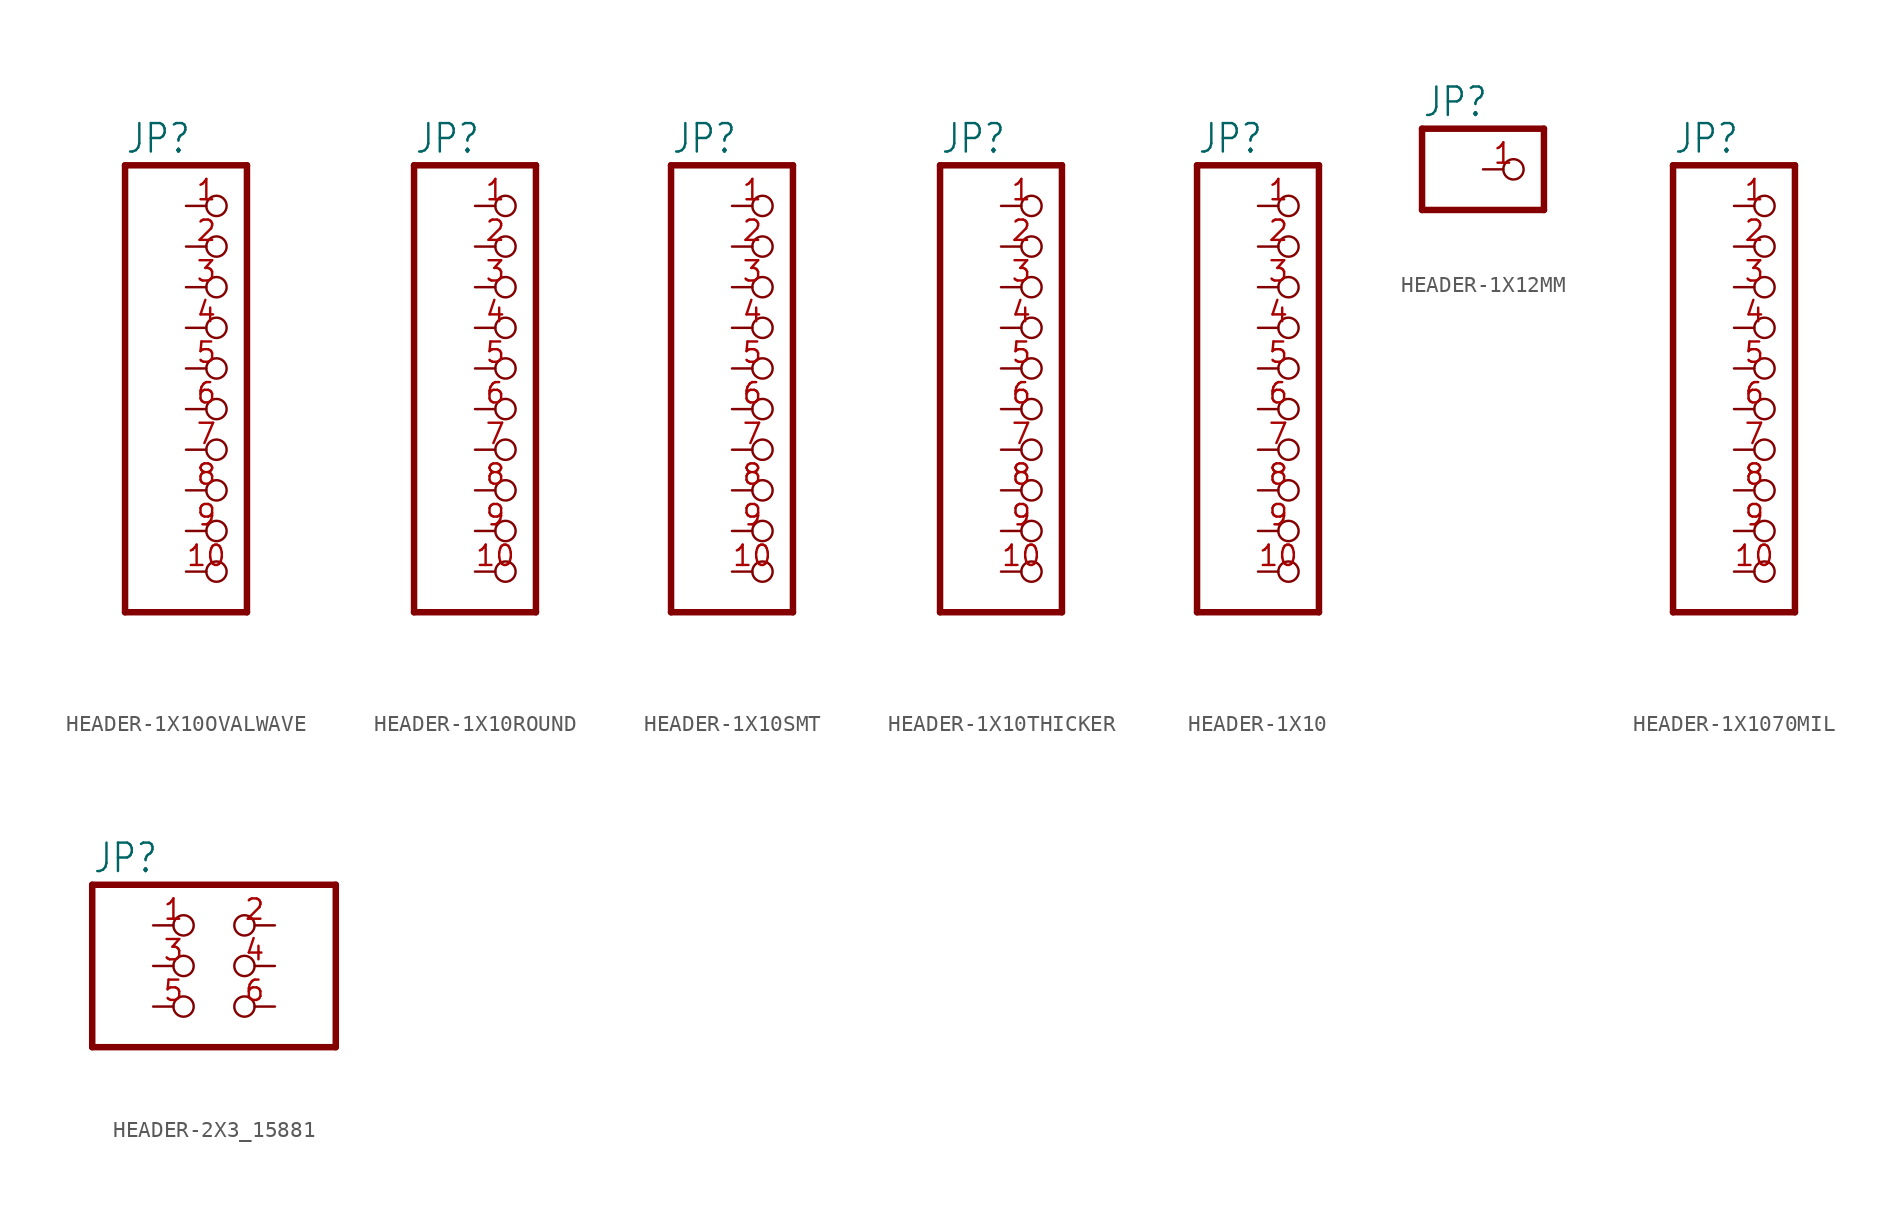
<source format=kicad_sym>
(kicad_symbol_lib
  (version 20220914)
  (generator kicad_symbol_editor)
  (symbol "HEADER-1X10OVALWAVE"
    (property "Reference" "JP"
      (at -6.35 13.335 0)
      (effects (font (size 1.778 1.511)) (justify left bottom)))
    (property "Value" ""
      (at -6.35 -17.78 0)
      (effects (font (size 1.778 1.511)) (justify left bottom)))
    (property "ki_locked" ""
      (at 0 0 0)
      (effects (font (size 1.27 1.27))))
    (symbol "HEADER-1X10OVALWAVE_1_0"
      (polyline (pts (xy -6.35 -15.24) (xy 1.27 -15.24)) (stroke (width 0.406) (type solid)) (fill (type none)))
      (polyline (pts (xy -6.35 12.7) (xy -6.35 -15.24)) (stroke (width 0.406) (type solid)) (fill (type none)))
      (polyline (pts (xy 1.27 -15.24) (xy 1.27 12.7)) (stroke (width 0.406) (type solid)) (fill (type none)))
      (polyline (pts (xy 1.27 12.7) (xy -6.35 12.7)) (stroke (width 0.406) (type solid)) (fill (type none)))
      (pin passive inverted (at -2.54 10.16 0) (length 2.54) (name "1" (effects (font (size 0 0)))) (number "1" (effects (font (size 1.27 1.27)))))
      (pin passive inverted (at -2.54 -12.7 0) (length 2.54) (name "10" (effects (font (size 0 0)))) (number "10" (effects (font (size 1.27 1.27)))))
      (pin passive inverted (at -2.54 7.62 0) (length 2.54) (name "2" (effects (font (size 0 0)))) (number "2" (effects (font (size 1.27 1.27)))))
      (pin passive inverted (at -2.54 5.08 0) (length 2.54) (name "3" (effects (font (size 0 0)))) (number "3" (effects (font (size 1.27 1.27)))))
      (pin passive inverted (at -2.54 2.54 0) (length 2.54) (name "4" (effects (font (size 0 0)))) (number "4" (effects (font (size 1.27 1.27)))))
      (pin passive inverted (at -2.54 0 0) (length 2.54) (name "5" (effects (font (size 0 0)))) (number "5" (effects (font (size 1.27 1.27)))))
      (pin passive inverted (at -2.54 -2.54 0) (length 2.54) (name "6" (effects (font (size 0 0)))) (number "6" (effects (font (size 1.27 1.27)))))
      (pin passive inverted (at -2.54 -5.08 0) (length 2.54) (name "7" (effects (font (size 0 0)))) (number "7" (effects (font (size 1.27 1.27)))))
      (pin passive inverted (at -2.54 -7.62 0) (length 2.54) (name "8" (effects (font (size 0 0)))) (number "8" (effects (font (size 1.27 1.27)))))
      (pin passive inverted (at -2.54 -10.16 0) (length 2.54) (name "9" (effects (font (size 0 0)))) (number "9" (effects (font (size 1.27 1.27)))))))
  (symbol "HEADER-1X10ROUND"
    (property "Reference" "JP"
      (at -6.35 13.335 0)
      (effects (font (size 1.778 1.511)) (justify left bottom)))
    (property "Value" ""
      (at -6.35 -17.78 0)
      (effects (font (size 1.778 1.511)) (justify left bottom)))
    (property "ki_locked" ""
      (at 0 0 0)
      (effects (font (size 1.27 1.27))))
    (symbol "HEADER-1X10ROUND_1_0"
      (polyline (pts (xy -6.35 -15.24) (xy 1.27 -15.24)) (stroke (width 0.406) (type solid)) (fill (type none)))
      (polyline (pts (xy -6.35 12.7) (xy -6.35 -15.24)) (stroke (width 0.406) (type solid)) (fill (type none)))
      (polyline (pts (xy 1.27 -15.24) (xy 1.27 12.7)) (stroke (width 0.406) (type solid)) (fill (type none)))
      (polyline (pts (xy 1.27 12.7) (xy -6.35 12.7)) (stroke (width 0.406) (type solid)) (fill (type none)))
      (pin passive inverted (at -2.54 10.16 0) (length 2.54) (name "1" (effects (font (size 0 0)))) (number "1" (effects (font (size 1.27 1.27)))))
      (pin passive inverted (at -2.54 -12.7 0) (length 2.54) (name "10" (effects (font (size 0 0)))) (number "10" (effects (font (size 1.27 1.27)))))
      (pin passive inverted (at -2.54 7.62 0) (length 2.54) (name "2" (effects (font (size 0 0)))) (number "2" (effects (font (size 1.27 1.27)))))
      (pin passive inverted (at -2.54 5.08 0) (length 2.54) (name "3" (effects (font (size 0 0)))) (number "3" (effects (font (size 1.27 1.27)))))
      (pin passive inverted (at -2.54 2.54 0) (length 2.54) (name "4" (effects (font (size 0 0)))) (number "4" (effects (font (size 1.27 1.27)))))
      (pin passive inverted (at -2.54 0 0) (length 2.54) (name "5" (effects (font (size 0 0)))) (number "5" (effects (font (size 1.27 1.27)))))
      (pin passive inverted (at -2.54 -2.54 0) (length 2.54) (name "6" (effects (font (size 0 0)))) (number "6" (effects (font (size 1.27 1.27)))))
      (pin passive inverted (at -2.54 -5.08 0) (length 2.54) (name "7" (effects (font (size 0 0)))) (number "7" (effects (font (size 1.27 1.27)))))
      (pin passive inverted (at -2.54 -7.62 0) (length 2.54) (name "8" (effects (font (size 0 0)))) (number "8" (effects (font (size 1.27 1.27)))))
      (pin passive inverted (at -2.54 -10.16 0) (length 2.54) (name "9" (effects (font (size 0 0)))) (number "9" (effects (font (size 1.27 1.27)))))))
  (symbol "HEADER-1X10SMT"
    (property "Reference" "JP"
      (at -6.35 13.335 0)
      (effects (font (size 1.778 1.511)) (justify left bottom)))
    (property "Value" ""
      (at -6.35 -17.78 0)
      (effects (font (size 1.778 1.511)) (justify left bottom)))
    (property "ki_locked" ""
      (at 0 0 0)
      (effects (font (size 1.27 1.27))))
    (symbol "HEADER-1X10SMT_1_0"
      (polyline (pts (xy -6.35 -15.24) (xy 1.27 -15.24)) (stroke (width 0.406) (type solid)) (fill (type none)))
      (polyline (pts (xy -6.35 12.7) (xy -6.35 -15.24)) (stroke (width 0.406) (type solid)) (fill (type none)))
      (polyline (pts (xy 1.27 -15.24) (xy 1.27 12.7)) (stroke (width 0.406) (type solid)) (fill (type none)))
      (polyline (pts (xy 1.27 12.7) (xy -6.35 12.7)) (stroke (width 0.406) (type solid)) (fill (type none)))
      (pin passive inverted (at -2.54 10.16 0) (length 2.54) (name "1" (effects (font (size 0 0)))) (number "1" (effects (font (size 1.27 1.27)))))
      (pin passive inverted (at -2.54 -12.7 0) (length 2.54) (name "10" (effects (font (size 0 0)))) (number "10" (effects (font (size 1.27 1.27)))))
      (pin passive inverted (at -2.54 7.62 0) (length 2.54) (name "2" (effects (font (size 0 0)))) (number "2" (effects (font (size 1.27 1.27)))))
      (pin passive inverted (at -2.54 5.08 0) (length 2.54) (name "3" (effects (font (size 0 0)))) (number "3" (effects (font (size 1.27 1.27)))))
      (pin passive inverted (at -2.54 2.54 0) (length 2.54) (name "4" (effects (font (size 0 0)))) (number "4" (effects (font (size 1.27 1.27)))))
      (pin passive inverted (at -2.54 0 0) (length 2.54) (name "5" (effects (font (size 0 0)))) (number "5" (effects (font (size 1.27 1.27)))))
      (pin passive inverted (at -2.54 -2.54 0) (length 2.54) (name "6" (effects (font (size 0 0)))) (number "6" (effects (font (size 1.27 1.27)))))
      (pin passive inverted (at -2.54 -5.08 0) (length 2.54) (name "7" (effects (font (size 0 0)))) (number "7" (effects (font (size 1.27 1.27)))))
      (pin passive inverted (at -2.54 -7.62 0) (length 2.54) (name "8" (effects (font (size 0 0)))) (number "8" (effects (font (size 1.27 1.27)))))
      (pin passive inverted (at -2.54 -10.16 0) (length 2.54) (name "9" (effects (font (size 0 0)))) (number "9" (effects (font (size 1.27 1.27)))))))
  (symbol "HEADER-1X10THICKER"
    (property "Reference" "JP"
      (at -6.35 13.335 0)
      (effects (font (size 1.778 1.511)) (justify left bottom)))
    (property "Value" ""
      (at -6.35 -17.78 0)
      (effects (font (size 1.778 1.511)) (justify left bottom)))
    (property "ki_locked" ""
      (at 0 0 0)
      (effects (font (size 1.27 1.27))))
    (symbol "HEADER-1X10THICKER_1_0"
      (polyline (pts (xy -6.35 -15.24) (xy 1.27 -15.24)) (stroke (width 0.406) (type solid)) (fill (type none)))
      (polyline (pts (xy -6.35 12.7) (xy -6.35 -15.24)) (stroke (width 0.406) (type solid)) (fill (type none)))
      (polyline (pts (xy 1.27 -15.24) (xy 1.27 12.7)) (stroke (width 0.406) (type solid)) (fill (type none)))
      (polyline (pts (xy 1.27 12.7) (xy -6.35 12.7)) (stroke (width 0.406) (type solid)) (fill (type none)))
      (pin passive inverted (at -2.54 10.16 0) (length 2.54) (name "1" (effects (font (size 0 0)))) (number "1" (effects (font (size 1.27 1.27)))))
      (pin passive inverted (at -2.54 -12.7 0) (length 2.54) (name "10" (effects (font (size 0 0)))) (number "10" (effects (font (size 1.27 1.27)))))
      (pin passive inverted (at -2.54 7.62 0) (length 2.54) (name "2" (effects (font (size 0 0)))) (number "2" (effects (font (size 1.27 1.27)))))
      (pin passive inverted (at -2.54 5.08 0) (length 2.54) (name "3" (effects (font (size 0 0)))) (number "3" (effects (font (size 1.27 1.27)))))
      (pin passive inverted (at -2.54 2.54 0) (length 2.54) (name "4" (effects (font (size 0 0)))) (number "4" (effects (font (size 1.27 1.27)))))
      (pin passive inverted (at -2.54 0 0) (length 2.54) (name "5" (effects (font (size 0 0)))) (number "5" (effects (font (size 1.27 1.27)))))
      (pin passive inverted (at -2.54 -2.54 0) (length 2.54) (name "6" (effects (font (size 0 0)))) (number "6" (effects (font (size 1.27 1.27)))))
      (pin passive inverted (at -2.54 -5.08 0) (length 2.54) (name "7" (effects (font (size 0 0)))) (number "7" (effects (font (size 1.27 1.27)))))
      (pin passive inverted (at -2.54 -7.62 0) (length 2.54) (name "8" (effects (font (size 0 0)))) (number "8" (effects (font (size 1.27 1.27)))))
      (pin passive inverted (at -2.54 -10.16 0) (length 2.54) (name "9" (effects (font (size 0 0)))) (number "9" (effects (font (size 1.27 1.27)))))))
  (symbol "HEADER-1X10"
    (property "Reference" "JP"
      (at -6.35 13.335 0)
      (effects (font (size 1.778 1.511)) (justify left bottom)))
    (property "Value" ""
      (at -6.35 -17.78 0)
      (effects (font (size 1.778 1.511)) (justify left bottom)))
    (property "ki_locked" ""
      (at 0 0 0)
      (effects (font (size 1.27 1.27))))
    (symbol "HEADER-1X10_1_0"
      (polyline (pts (xy -6.35 -15.24) (xy 1.27 -15.24)) (stroke (width 0.406) (type solid)) (fill (type none)))
      (polyline (pts (xy -6.35 12.7) (xy -6.35 -15.24)) (stroke (width 0.406) (type solid)) (fill (type none)))
      (polyline (pts (xy 1.27 -15.24) (xy 1.27 12.7)) (stroke (width 0.406) (type solid)) (fill (type none)))
      (polyline (pts (xy 1.27 12.7) (xy -6.35 12.7)) (stroke (width 0.406) (type solid)) (fill (type none)))
      (pin passive inverted (at -2.54 10.16 0) (length 2.54) (name "1" (effects (font (size 0 0)))) (number "1" (effects (font (size 1.27 1.27)))))
      (pin passive inverted (at -2.54 -12.7 0) (length 2.54) (name "10" (effects (font (size 0 0)))) (number "10" (effects (font (size 1.27 1.27)))))
      (pin passive inverted (at -2.54 7.62 0) (length 2.54) (name "2" (effects (font (size 0 0)))) (number "2" (effects (font (size 1.27 1.27)))))
      (pin passive inverted (at -2.54 5.08 0) (length 2.54) (name "3" (effects (font (size 0 0)))) (number "3" (effects (font (size 1.27 1.27)))))
      (pin passive inverted (at -2.54 2.54 0) (length 2.54) (name "4" (effects (font (size 0 0)))) (number "4" (effects (font (size 1.27 1.27)))))
      (pin passive inverted (at -2.54 0 0) (length 2.54) (name "5" (effects (font (size 0 0)))) (number "5" (effects (font (size 1.27 1.27)))))
      (pin passive inverted (at -2.54 -2.54 0) (length 2.54) (name "6" (effects (font (size 0 0)))) (number "6" (effects (font (size 1.27 1.27)))))
      (pin passive inverted (at -2.54 -5.08 0) (length 2.54) (name "7" (effects (font (size 0 0)))) (number "7" (effects (font (size 1.27 1.27)))))
      (pin passive inverted (at -2.54 -7.62 0) (length 2.54) (name "8" (effects (font (size 0 0)))) (number "8" (effects (font (size 1.27 1.27)))))
      (pin passive inverted (at -2.54 -10.16 0) (length 2.54) (name "9" (effects (font (size 0 0)))) (number "9" (effects (font (size 1.27 1.27)))))))
  (symbol "HEADER-1X12MM"
    (property "Reference" "JP"
      (at -6.35 3.175 0)
      (effects (font (size 1.778 1.511)) (justify left bottom)))
    (property "Value" ""
      (at -6.35 -5.08 0)
      (effects (font (size 1.778 1.511)) (justify left bottom)))
    (property "ki_locked" ""
      (at 0 0 0)
      (effects (font (size 1.27 1.27))))
    (symbol "HEADER-1X12MM_1_0"
      (polyline (pts (xy -6.35 -2.54) (xy 1.27 -2.54)) (stroke (width 0.406) (type solid)) (fill (type none)))
      (polyline (pts (xy -6.35 2.54) (xy -6.35 -2.54)) (stroke (width 0.406) (type solid)) (fill (type none)))
      (polyline (pts (xy 1.27 -2.54) (xy 1.27 2.54)) (stroke (width 0.406) (type solid)) (fill (type none)))
      (polyline (pts (xy 1.27 2.54) (xy -6.35 2.54)) (stroke (width 0.406) (type solid)) (fill (type none)))
      (pin passive inverted (at -2.54 0 0) (length 2.54) (name "1" (effects (font (size 0 0)))) (number "1" (effects (font (size 1.27 1.27)))))))
  (symbol "HEADER-1X1070MIL"
    (property "Reference" "JP"
      (at -6.35 13.335 0)
      (effects (font (size 1.778 1.511)) (justify left bottom)))
    (property "Value" ""
      (at -6.35 -17.78 0)
      (effects (font (size 1.778 1.511)) (justify left bottom)))
    (property "ki_locked" ""
      (at 0 0 0)
      (effects (font (size 1.27 1.27))))
    (symbol "HEADER-1X1070MIL_1_0"
      (polyline (pts (xy -6.35 -15.24) (xy 1.27 -15.24)) (stroke (width 0.406) (type solid)) (fill (type none)))
      (polyline (pts (xy -6.35 12.7) (xy -6.35 -15.24)) (stroke (width 0.406) (type solid)) (fill (type none)))
      (polyline (pts (xy 1.27 -15.24) (xy 1.27 12.7)) (stroke (width 0.406) (type solid)) (fill (type none)))
      (polyline (pts (xy 1.27 12.7) (xy -6.35 12.7)) (stroke (width 0.406) (type solid)) (fill (type none)))
      (pin passive inverted (at -2.54 10.16 0) (length 2.54) (name "1" (effects (font (size 0 0)))) (number "1" (effects (font (size 1.27 1.27)))))
      (pin passive inverted (at -2.54 -12.7 0) (length 2.54) (name "10" (effects (font (size 0 0)))) (number "10" (effects (font (size 1.27 1.27)))))
      (pin passive inverted (at -2.54 7.62 0) (length 2.54) (name "2" (effects (font (size 0 0)))) (number "2" (effects (font (size 1.27 1.27)))))
      (pin passive inverted (at -2.54 5.08 0) (length 2.54) (name "3" (effects (font (size 0 0)))) (number "3" (effects (font (size 1.27 1.27)))))
      (pin passive inverted (at -2.54 2.54 0) (length 2.54) (name "4" (effects (font (size 0 0)))) (number "4" (effects (font (size 1.27 1.27)))))
      (pin passive inverted (at -2.54 0 0) (length 2.54) (name "5" (effects (font (size 0 0)))) (number "5" (effects (font (size 1.27 1.27)))))
      (pin passive inverted (at -2.54 -2.54 0) (length 2.54) (name "6" (effects (font (size 0 0)))) (number "6" (effects (font (size 1.27 1.27)))))
      (pin passive inverted (at -2.54 -5.08 0) (length 2.54) (name "7" (effects (font (size 0 0)))) (number "7" (effects (font (size 1.27 1.27)))))
      (pin passive inverted (at -2.54 -7.62 0) (length 2.54) (name "8" (effects (font (size 0 0)))) (number "8" (effects (font (size 1.27 1.27)))))
      (pin passive inverted (at -2.54 -10.16 0) (length 2.54) (name "9" (effects (font (size 0 0)))) (number "9" (effects (font (size 1.27 1.27)))))))
  (symbol "HEADER-2X3_15881"
    (property "Reference" "JP"
      (at -8.89 5.715 0)
      (effects (font (size 1.778 1.511)) (justify left bottom)))
    (property "Value" ""
      (at -8.89 -7.62 0)
      (effects (font (size 1.778 1.511)) (justify left bottom)))
    (property "ki_locked" ""
      (at 0 0 0)
      (effects (font (size 1.27 1.27))))
    (symbol "HEADER-2X3_15881_1_0"
      (polyline (pts (xy -8.89 -5.08) (xy 6.35 -5.08)) (stroke (width 0.406) (type solid)) (fill (type none)))
      (polyline (pts (xy -8.89 5.08) (xy -8.89 -5.08)) (stroke (width 0.406) (type solid)) (fill (type none)))
      (polyline (pts (xy 6.35 -5.08) (xy 6.35 5.08)) (stroke (width 0.406) (type solid)) (fill (type none)))
      (polyline (pts (xy 6.35 5.08) (xy -8.89 5.08)) (stroke (width 0.406) (type solid)) (fill (type none)))
      (pin passive inverted (at -5.08 2.54 0) (length 2.54) (name "1" (effects (font (size 0 0)))) (number "1" (effects (font (size 1.27 1.27)))))
      (pin passive inverted (at 2.54 2.54 180) (length 2.54) (name "2" (effects (font (size 0 0)))) (number "2" (effects (font (size 1.27 1.27)))))
      (pin passive inverted (at -5.08 0 0) (length 2.54) (name "3" (effects (font (size 0 0)))) (number "3" (effects (font (size 1.27 1.27)))))
      (pin passive inverted (at 2.54 0 180) (length 2.54) (name "4" (effects (font (size 0 0)))) (number "4" (effects (font (size 1.27 1.27)))))
      (pin passive inverted (at -5.08 -2.54 0) (length 2.54) (name "5" (effects (font (size 0 0)))) (number "5" (effects (font (size 1.27 1.27)))))
      (pin passive inverted (at 2.54 -2.54 180) (length 2.54) (name "6" (effects (font (size 0 0)))) (number "6" (effects (font (size 1.27 1.27))))))))
</source>
